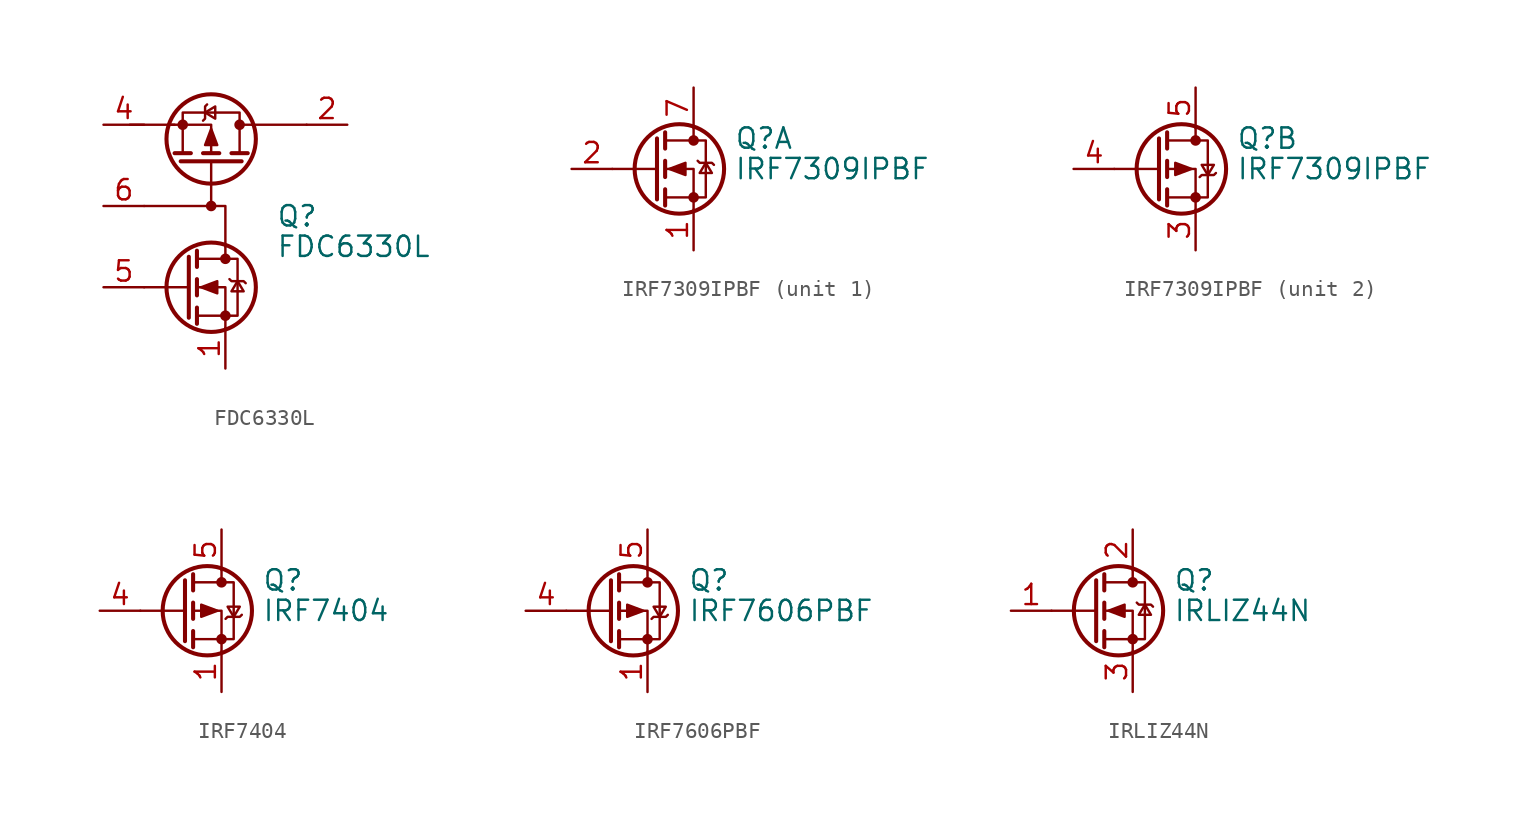
<source format=kicad_sym>
(kicad_symbol_lib
  (version 20231120)
  (generator "kicad_symbol_editor")
  (generator_version "8.0")
  (symbol "FDC6330L"
    (pin_names hide)
    (property "Reference" "Q"
      (at 3.175 1.905 0)
      (effects (font (size 1.27 1.27)) (justify left)))
    (property "Value" "FDC6330L"
      (at 3.175 0 0)
      (effects (font (size 1.27 1.27)) (justify left)))
    (symbol "FDC6330L_0_1"
      (circle (center -0.889 -2.54) (radius 2.794) (stroke (width 0.254) (type default)) (fill (type none)))
      (circle (center 0 -4.318) (radius 0.254) (stroke (width 0) (type default)) (fill (type outline)))
      (circle (center 0 -0.762) (radius 0.254) (stroke (width 0) (type default)) (fill (type outline)))
      (polyline (pts (xy -2.286 -2.54) (xy -5.08 -2.54)) (stroke (width 0) (type default)) (fill (type none)))
      (polyline (pts (xy -2.286 -0.635) (xy -2.286 -4.445)) (stroke (width 0.254) (type default)) (fill (type none)))
      (polyline (pts (xy -1.778 -3.81) (xy -1.778 -4.826)) (stroke (width 0.254) (type default)) (fill (type none)))
      (polyline (pts (xy -1.778 -2.032) (xy -1.778 -3.048)) (stroke (width 0.254) (type default)) (fill (type none)))
      (polyline (pts (xy -1.778 -0.254) (xy -1.778 -1.27)) (stroke (width 0.254) (type default)) (fill (type none)))
      (polyline (pts (xy 0 0) (xy 0 -0.762)) (stroke (width 0) (type default)) (fill (type none)))
      (polyline (pts (xy 5.08 7.62) (xy 1.651 7.62)) (stroke (width 0) (type default)) (fill (type none)))
      (polyline (pts (xy -5.08 2.54) (xy 0 2.54) (xy 0 0)) (stroke (width 0) (type default)) (fill (type none)))
      (polyline (pts (xy 0 -5.08) (xy 0 -2.54) (xy -1.778 -2.54)) (stroke (width 0) (type default)) (fill (type none)))
      (polyline (pts (xy -1.778 -4.318) (xy 0.762 -4.318) (xy 0.762 -0.762) (xy -1.778 -0.762)) (stroke (width 0) (type default)) (fill (type none))))
    (symbol "FDC6330L_1_1"
      (circle (center -2.667 7.62) (radius 0.254) (stroke (width 0) (type default)) (fill (type outline)))
      (circle (center -0.889 2.54) (radius 0.254) (stroke (width 0) (type default)) (fill (type outline)))
      (circle (center -0.889 6.731) (radius 2.794) (stroke (width 0.254) (type default)) (fill (type none)))
      (polyline (pts (xy -3.175 7.62) (xy -5.969 7.62)) (stroke (width 0) (type default)) (fill (type none)))
      (polyline (pts (xy -2.159 5.842) (xy -3.175 5.842)) (stroke (width 0.254) (type default)) (fill (type none)))
      (polyline (pts (xy -0.889 5.334) (xy -0.889 2.54)) (stroke (width 0) (type default)) (fill (type none)))
      (polyline (pts (xy -0.381 5.842) (xy -1.397 5.842)) (stroke (width 0.254) (type default)) (fill (type none)))
      (polyline (pts (xy 1.016 5.334) (xy -2.794 5.334)) (stroke (width 0.254) (type default)) (fill (type none)))
      (polyline (pts (xy 1.397 5.842) (xy 0.381 5.842)) (stroke (width 0.254) (type default)) (fill (type none)))
      (polyline (pts (xy 1.651 7.62) (xy 0.889 7.62)) (stroke (width 0) (type default)) (fill (type none)))
      (polyline (pts (xy -3.429 7.62) (xy -0.889 7.62) (xy -0.889 5.842)) (stroke (width 0) (type default)) (fill (type none)))
      (polyline (pts (xy -2.667 5.842) (xy -2.667 8.382) (xy 0.889 8.382) (xy 0.889 5.842)) (stroke (width 0) (type default)) (fill (type none)))
      (polyline (pts (xy -1.524 -2.54) (xy -0.508 -2.159) (xy -0.508 -2.921) (xy -1.524 -2.54)) (stroke (width 0) (type default)) (fill (type outline)))
      (polyline (pts (xy -1.397 7.874) (xy -1.27 8.001) (xy -1.27 8.763) (xy -1.143 8.89)) (stroke (width 0) (type default)) (fill (type none)))
      (polyline (pts (xy -1.27 8.382) (xy -0.635 8.001) (xy -0.635 8.763) (xy -1.27 8.382)) (stroke (width 0) (type default)) (fill (type none)))
      (polyline (pts (xy -0.889 7.366) (xy -0.508 6.35) (xy -1.27 6.35) (xy -0.889 7.366)) (stroke (width 0) (type default)) (fill (type outline)))
      (polyline (pts (xy 0.254 -2.032) (xy 0.381 -2.159) (xy 1.143 -2.159) (xy 1.27 -2.286)) (stroke (width 0) (type default)) (fill (type none)))
      (polyline (pts (xy 0.762 -2.159) (xy 0.381 -2.794) (xy 1.143 -2.794) (xy 0.762 -2.159)) (stroke (width 0) (type default)) (fill (type none)))
      (circle (center 0.889 7.62) (radius 0.254) (stroke (width 0) (type default)) (fill (type outline)))
      (pin passive line (at 0 -7.62 90) (length 2.54) (name "S1" (effects (font (size 1.27 1.27)))) (number "1" (effects (font (size 1.27 1.27)))))
      (pin passive line (at 7.62 7.62 180) (length 2.54) (name "D2" (effects (font (size 1.27 1.27)))) (number "2" (effects (font (size 1.27 1.27)))))
      (pin passive line (at 7.62 7.62 180) (length 2.54) hide (name "D2" (effects (font (size 1.27 1.27)))) (number "3" (effects (font (size 1.27 1.27)))))
      (pin passive line (at -7.62 7.62 0) (length 2.54) (name "S2" (effects (font (size 1.27 1.27)))) (number "4" (effects (font (size 1.27 1.27)))))
      (pin passive line (at -7.62 -2.54 0) (length 2.54) (name "G1" (effects (font (size 1.27 1.27)))) (number "5" (effects (font (size 1.27 1.27)))))
      (pin passive line (at -7.62 2.54 0) (length 2.54) (name "D1" (effects (font (size 1.27 1.27)))) (number "6" (effects (font (size 1.27 1.27)))))))
  (symbol "IRF7309IPBF"
    (pin_names hide)
    (property "Reference" "Q"
      (at 5.08 1.905 0)
      (effects (font (size 1.27 1.27)) (justify left)))
    (property "Value" "IRF7309IPBF"
      (at 5.08 0 0)
      (effects (font (size 1.27 1.27)) (justify left)))
    (symbol "IRF7309IPBF_0_1"
      (polyline (pts (xy 0.254 0) (xy -2.54 0)) (stroke (width 0) (type default)) (fill (type none)))
      (polyline (pts (xy 0.254 1.905) (xy 0.254 -1.905)) (stroke (width 0.254) (type default)) (fill (type none)))
      (polyline (pts (xy 0.762 -1.27) (xy 0.762 -2.286)) (stroke (width 0.254) (type default)) (fill (type none)))
      (polyline (pts (xy 0.762 0.508) (xy 0.762 -0.508)) (stroke (width 0.254) (type default)) (fill (type none)))
      (polyline (pts (xy 0.762 2.286) (xy 0.762 1.27)) (stroke (width 0.254) (type default)) (fill (type none)))
      (polyline (pts (xy 2.54 2.54) (xy 2.54 1.778)) (stroke (width 0) (type default)) (fill (type none)))
      (polyline (pts (xy 2.54 -2.54) (xy 2.54 0) (xy 0.762 0)) (stroke (width 0) (type default)) (fill (type none)))
      (polyline (pts (xy 0.762 -1.778) (xy 3.302 -1.778) (xy 3.302 1.778) (xy 0.762 1.778)) (stroke (width 0) (type default)) (fill (type none)))
      (circle (center 1.651 0) (radius 2.794) (stroke (width 0.254) (type default)) (fill (type none)))
      (circle (center 2.54 -1.778) (radius 0.254) (stroke (width 0) (type default)) (fill (type outline)))
      (circle (center 2.54 1.778) (radius 0.254) (stroke (width 0) (type default)) (fill (type outline))))
    (symbol "IRF7309IPBF_1_1"
      (polyline (pts (xy 1.016 0) (xy 2.032 0.381) (xy 2.032 -0.381) (xy 1.016 0)) (stroke (width 0) (type default)) (fill (type outline)))
      (polyline (pts (xy 2.794 0.508) (xy 2.921 0.381) (xy 3.683 0.381) (xy 3.81 0.254)) (stroke (width 0) (type default)) (fill (type none)))
      (polyline (pts (xy 3.302 0.381) (xy 2.921 -0.254) (xy 3.683 -0.254) (xy 3.302 0.381)) (stroke (width 0) (type default)) (fill (type none)))
      (pin passive line (at 2.54 -5.08 90) (length 2.54) (name "S" (effects (font (size 1.27 1.27)))) (number "1" (effects (font (size 1.27 1.27)))))
      (pin input line (at -5.08 0 0) (length 2.54) (name "G" (effects (font (size 1.27 1.27)))) (number "2" (effects (font (size 1.27 1.27)))))
      (pin passive line (at 2.54 5.08 270) (length 2.54) (name "D" (effects (font (size 1.27 1.27)))) (number "7" (effects (font (size 1.27 1.27)))))
      (pin passive line (at 2.54 5.08 270) (length 2.54) hide (name "D" (effects (font (size 1.27 1.27)))) (number "8" (effects (font (size 1.27 1.27))))))
    (symbol "IRF7309IPBF_2_1"
      (polyline (pts (xy 2.286 0) (xy 1.27 0.381) (xy 1.27 -0.381) (xy 2.286 0)) (stroke (width 0) (type default)) (fill (type outline)))
      (polyline (pts (xy 2.794 -0.508) (xy 2.921 -0.381) (xy 3.683 -0.381) (xy 3.81 -0.254)) (stroke (width 0) (type default)) (fill (type none)))
      (polyline (pts (xy 3.302 -0.381) (xy 2.921 0.254) (xy 3.683 0.254) (xy 3.302 -0.381)) (stroke (width 0) (type default)) (fill (type none)))
      (pin passive line (at 2.54 -5.08 90) (length 2.54) (name "1" (effects (font (size 1.27 1.27)))) (number "3" (effects (font (size 1.27 1.27)))))
      (pin input line (at -5.08 0 0) (length 2.54) (name "G" (effects (font (size 1.27 1.27)))) (number "4" (effects (font (size 1.27 1.27)))))
      (pin passive line (at 2.54 5.08 270) (length 2.54) (name "D" (effects (font (size 1.27 1.27)))) (number "5" (effects (font (size 1.27 1.27)))))
      (pin passive line (at 2.54 5.08 270) (length 2.54) hide (name "D" (effects (font (size 1.27 1.27)))) (number "6" (effects (font (size 1.27 1.27)))))))
  (symbol "IRF7404"
    (pin_names hide)
    (property "Reference" "Q"
      (at 5.08 1.905 0)
      (effects (font (size 1.27 1.27)) (justify left)))
    (property "Value" "IRF7404"
      (at 5.08 0 0)
      (effects (font (size 1.27 1.27)) (justify left)))
    (symbol "IRF7404_0_1"
      (polyline (pts (xy 0.254 0) (xy -2.54 0)) (stroke (width 0) (type default)) (fill (type none)))
      (polyline (pts (xy 0.254 1.905) (xy 0.254 -1.905)) (stroke (width 0.254) (type default)) (fill (type none)))
      (polyline (pts (xy 0.762 -1.27) (xy 0.762 -2.286)) (stroke (width 0.254) (type default)) (fill (type none)))
      (polyline (pts (xy 0.762 0.508) (xy 0.762 -0.508)) (stroke (width 0.254) (type default)) (fill (type none)))
      (polyline (pts (xy 0.762 2.286) (xy 0.762 1.27)) (stroke (width 0.254) (type default)) (fill (type none)))
      (polyline (pts (xy 2.54 2.54) (xy 2.54 1.778)) (stroke (width 0) (type default)) (fill (type none)))
      (polyline (pts (xy 2.54 -2.54) (xy 2.54 0) (xy 0.762 0)) (stroke (width 0) (type default)) (fill (type none)))
      (polyline (pts (xy 0.762 1.778) (xy 3.302 1.778) (xy 3.302 -1.778) (xy 0.762 -1.778)) (stroke (width 0) (type default)) (fill (type none)))
      (polyline (pts (xy 2.286 0) (xy 1.27 0.381) (xy 1.27 -0.381) (xy 2.286 0)) (stroke (width 0) (type default)) (fill (type outline)))
      (polyline (pts (xy 2.794 -0.508) (xy 2.921 -0.381) (xy 3.683 -0.381) (xy 3.81 -0.254)) (stroke (width 0) (type default)) (fill (type none)))
      (polyline (pts (xy 3.302 -0.381) (xy 2.921 0.254) (xy 3.683 0.254) (xy 3.302 -0.381)) (stroke (width 0) (type default)) (fill (type none)))
      (circle (center 1.651 0) (radius 2.794) (stroke (width 0.254) (type default)) (fill (type none)))
      (circle (center 2.54 -1.778) (radius 0.254) (stroke (width 0) (type default)) (fill (type outline)))
      (circle (center 2.54 1.778) (radius 0.254) (stroke (width 0) (type default)) (fill (type outline))))
    (symbol "IRF7404_1_1"
      (pin passive line (at 2.54 -5.08 90) (length 2.54) (name "S" (effects (font (size 1.27 1.27)))) (number "1" (effects (font (size 1.27 1.27)))))
      (pin passive line (at 2.54 -5.08 90) (length 2.54) hide (name "S" (effects (font (size 1.27 1.27)))) (number "2" (effects (font (size 1.27 1.27)))))
      (pin passive line (at 2.54 -5.08 90) (length 2.54) hide (name "S" (effects (font (size 1.27 1.27)))) (number "3" (effects (font (size 1.27 1.27)))))
      (pin passive line (at -5.08 0 0) (length 2.54) (name "G" (effects (font (size 1.27 1.27)))) (number "4" (effects (font (size 1.27 1.27)))))
      (pin passive line (at 2.54 5.08 270) (length 2.54) (name "D" (effects (font (size 1.27 1.27)))) (number "5" (effects (font (size 1.27 1.27)))))
      (pin passive line (at 2.54 5.08 270) (length 2.54) hide (name "D" (effects (font (size 1.27 1.27)))) (number "6" (effects (font (size 1.27 1.27)))))
      (pin passive line (at 2.54 5.08 270) (length 2.54) hide (name "D" (effects (font (size 1.27 1.27)))) (number "7" (effects (font (size 1.27 1.27)))))
      (pin passive line (at 2.54 5.08 270) (length 2.54) hide (name "D" (effects (font (size 1.27 1.27)))) (number "8" (effects (font (size 1.27 1.27)))))))
  (symbol "IRF7606PBF"
    (pin_names hide)
    (property "Reference" "Q"
      (at 5.08 1.905 0)
      (effects (font (size 1.27 1.27)) (justify left)))
    (property "Value" "IRF7606PBF"
      (at 5.08 0 0)
      (effects (font (size 1.27 1.27)) (justify left)))
    (symbol "IRF7606PBF_0_1"
      (polyline (pts (xy 0.254 0) (xy -2.54 0)) (stroke (width 0) (type default)) (fill (type none)))
      (polyline (pts (xy 0.254 1.905) (xy 0.254 -1.905)) (stroke (width 0.254) (type default)) (fill (type none)))
      (polyline (pts (xy 0.762 -1.27) (xy 0.762 -2.286)) (stroke (width 0.254) (type default)) (fill (type none)))
      (polyline (pts (xy 0.762 0.508) (xy 0.762 -0.508)) (stroke (width 0.254) (type default)) (fill (type none)))
      (polyline (pts (xy 0.762 2.286) (xy 0.762 1.27)) (stroke (width 0.254) (type default)) (fill (type none)))
      (polyline (pts (xy 2.54 2.54) (xy 2.54 1.778)) (stroke (width 0) (type default)) (fill (type none)))
      (polyline (pts (xy 2.54 -2.54) (xy 2.54 0) (xy 0.762 0)) (stroke (width 0) (type default)) (fill (type none)))
      (polyline (pts (xy 0.762 1.778) (xy 3.302 1.778) (xy 3.302 -1.778) (xy 0.762 -1.778)) (stroke (width 0) (type default)) (fill (type none)))
      (polyline (pts (xy 2.286 0) (xy 1.27 0.381) (xy 1.27 -0.381) (xy 2.286 0)) (stroke (width 0) (type default)) (fill (type outline)))
      (polyline (pts (xy 2.794 -0.508) (xy 2.921 -0.381) (xy 3.683 -0.381) (xy 3.81 -0.254)) (stroke (width 0) (type default)) (fill (type none)))
      (polyline (pts (xy 3.302 -0.381) (xy 2.921 0.254) (xy 3.683 0.254) (xy 3.302 -0.381)) (stroke (width 0) (type default)) (fill (type none)))
      (circle (center 1.651 0) (radius 2.794) (stroke (width 0.254) (type default)) (fill (type none)))
      (circle (center 2.54 -1.778) (radius 0.254) (stroke (width 0) (type default)) (fill (type outline)))
      (circle (center 2.54 1.778) (radius 0.254) (stroke (width 0) (type default)) (fill (type outline))))
    (symbol "IRF7606PBF_1_1"
      (pin passive line (at 2.54 -5.08 90) (length 2.54) (name "S" (effects (font (size 1.27 1.27)))) (number "1" (effects (font (size 1.27 1.27)))))
      (pin passive line (at 2.54 -5.08 90) (length 2.54) hide (name "S" (effects (font (size 1.27 1.27)))) (number "2" (effects (font (size 1.27 1.27)))))
      (pin passive line (at 2.54 -5.08 90) (length 2.54) hide (name "S" (effects (font (size 1.27 1.27)))) (number "3" (effects (font (size 1.27 1.27)))))
      (pin passive line (at -5.08 0 0) (length 2.54) (name "G" (effects (font (size 1.27 1.27)))) (number "4" (effects (font (size 1.27 1.27)))))
      (pin passive line (at 2.54 5.08 270) (length 2.54) (name "D" (effects (font (size 1.27 1.27)))) (number "5" (effects (font (size 1.27 1.27)))))
      (pin passive line (at 2.54 5.08 270) (length 2.54) hide (name "D" (effects (font (size 1.27 1.27)))) (number "6" (effects (font (size 1.27 1.27)))))
      (pin passive line (at 2.54 5.08 270) (length 2.54) hide (name "D" (effects (font (size 1.27 1.27)))) (number "7" (effects (font (size 1.27 1.27)))))
      (pin passive line (at 2.54 5.08 270) (length 2.54) hide (name "D" (effects (font (size 1.27 1.27)))) (number "8" (effects (font (size 1.27 1.27)))))))
  (symbol "IRLIZ44N"
    (pin_names hide)
    (property "Reference" "Q"
      (at 5.08 1.905 0)
      (effects (font (size 1.27 1.27)) (justify left)))
    (property "Value" "IRLIZ44N"
      (at 5.08 0 0)
      (effects (font (size 1.27 1.27)) (justify left)))
    (symbol "IRLIZ44N_0_1"
      (polyline (pts (xy 0.254 0) (xy -2.54 0)) (stroke (width 0) (type default)) (fill (type none)))
      (polyline (pts (xy 0.254 1.905) (xy 0.254 -1.905)) (stroke (width 0.254) (type default)) (fill (type none)))
      (polyline (pts (xy 0.762 -1.27) (xy 0.762 -2.286)) (stroke (width 0.254) (type default)) (fill (type none)))
      (polyline (pts (xy 0.762 0.508) (xy 0.762 -0.508)) (stroke (width 0.254) (type default)) (fill (type none)))
      (polyline (pts (xy 0.762 2.286) (xy 0.762 1.27)) (stroke (width 0.254) (type default)) (fill (type none)))
      (polyline (pts (xy 2.54 2.54) (xy 2.54 1.778)) (stroke (width 0) (type default)) (fill (type none)))
      (polyline (pts (xy 2.54 -2.54) (xy 2.54 0) (xy 0.762 0)) (stroke (width 0) (type default)) (fill (type none)))
      (polyline (pts (xy 0.762 -1.778) (xy 3.302 -1.778) (xy 3.302 1.778) (xy 0.762 1.778)) (stroke (width 0) (type default)) (fill (type none)))
      (polyline (pts (xy 1.016 0) (xy 2.032 0.381) (xy 2.032 -0.381) (xy 1.016 0)) (stroke (width 0) (type default)) (fill (type outline)))
      (polyline (pts (xy 2.794 0.508) (xy 2.921 0.381) (xy 3.683 0.381) (xy 3.81 0.254)) (stroke (width 0) (type default)) (fill (type none)))
      (polyline (pts (xy 3.302 0.381) (xy 2.921 -0.254) (xy 3.683 -0.254) (xy 3.302 0.381)) (stroke (width 0) (type default)) (fill (type none)))
      (circle (center 1.651 0) (radius 2.794) (stroke (width 0.254) (type default)) (fill (type none)))
      (circle (center 2.54 -1.778) (radius 0.254) (stroke (width 0) (type default)) (fill (type outline)))
      (circle (center 2.54 1.778) (radius 0.254) (stroke (width 0) (type default)) (fill (type outline))))
    (symbol "IRLIZ44N_1_1"
      (pin input line (at -5.08 0 0) (length 2.54) (name "G" (effects (font (size 1.27 1.27)))) (number "1" (effects (font (size 1.27 1.27)))))
      (pin passive line (at 2.54 5.08 270) (length 2.54) (name "D" (effects (font (size 1.27 1.27)))) (number "2" (effects (font (size 1.27 1.27)))))
      (pin passive line (at 2.54 -5.08 90) (length 2.54) (name "S" (effects (font (size 1.27 1.27)))) (number "3" (effects (font (size 1.27 1.27))))))))
</source>
